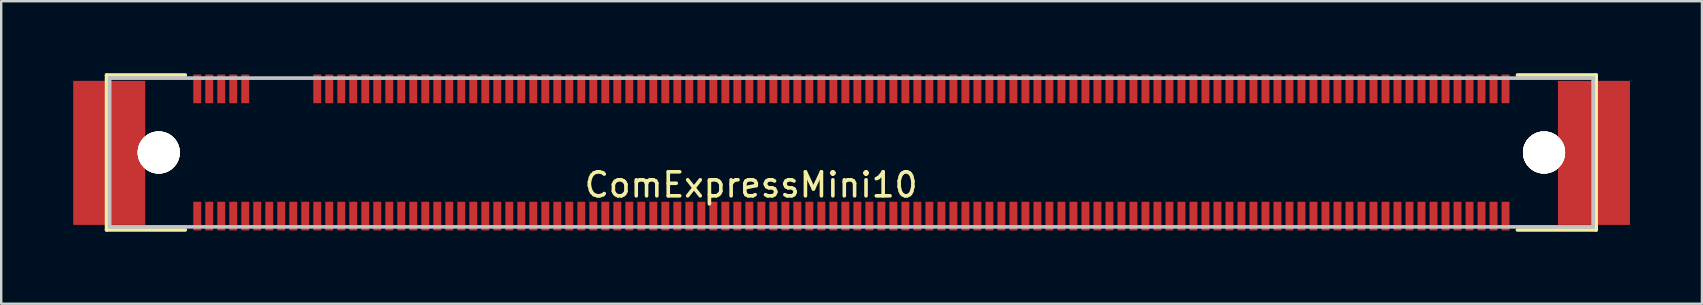
<source format=kicad_pcb>
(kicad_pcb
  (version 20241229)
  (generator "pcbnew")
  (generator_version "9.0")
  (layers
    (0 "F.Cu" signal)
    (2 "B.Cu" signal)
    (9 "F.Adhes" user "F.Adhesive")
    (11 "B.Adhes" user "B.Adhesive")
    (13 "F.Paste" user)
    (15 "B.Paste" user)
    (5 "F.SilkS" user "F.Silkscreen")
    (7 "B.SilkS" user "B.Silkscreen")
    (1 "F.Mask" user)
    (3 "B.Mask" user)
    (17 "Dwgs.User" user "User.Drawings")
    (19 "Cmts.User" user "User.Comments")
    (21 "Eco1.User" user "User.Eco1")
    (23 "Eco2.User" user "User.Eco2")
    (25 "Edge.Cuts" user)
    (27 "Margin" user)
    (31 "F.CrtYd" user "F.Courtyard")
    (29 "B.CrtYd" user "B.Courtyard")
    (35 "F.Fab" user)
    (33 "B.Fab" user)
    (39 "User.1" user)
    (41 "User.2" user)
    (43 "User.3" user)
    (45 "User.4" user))
  (footprint "ComExpressMini10"
    (layer "F.Cu")
    (at 31.99 3.312)
    (property "Reference" "ComExpressMini10" (at -3.75 1.34 0) (layer "F.SilkS") (effects (font (size 1 1) (thickness 0.15))))
    (attr through_hole)
    (fp_line (start -30.6 -3.236) (end -27.321 -3.236) (stroke (width 0.152) (type solid)) (layer "F.SilkS"))
    (fp_line (start -30.6 3.216) (end -30.6 -3.236) (stroke (width 0.152) (type solid)) (layer "F.SilkS"))
    (fp_line (start -27.322 3.216) (end -30.6 3.216) (stroke (width 0.152) (type solid)) (layer "F.SilkS"))
    (fp_line (start 28.174 -3.236) (end 31.452 -3.236) (stroke (width 0.152) (type solid)) (layer "F.SilkS"))
    (fp_line (start 31.452 -3.236) (end 31.452 3.216) (stroke (width 0.152) (type solid)) (layer "F.SilkS"))
    (fp_line (start 31.452 3.216) (end 28.174 3.216) (stroke (width 0.152) (type solid)) (layer "F.SilkS"))
    (fp_line (start -30.473 -3.109) (end 31.325 -3.109) (stroke (width 0.152) (type solid)) (layer "Dwgs.User"))
    (fp_line (start -30.473 3.089) (end -30.473 -3.109) (stroke (width 0.152) (type solid)) (layer "Dwgs.User"))
    (fp_line (start 31.325 -3.109) (end 31.325 3.089) (stroke (width 0.152) (type solid)) (layer "Dwgs.User"))
    (fp_line (start 31.325 3.089) (end -30.473 3.089) (stroke (width 0.152) (type solid)) (layer "Dwgs.User"))
    (fp_text user "Copyright 2016 Accelerated Designs. All rights reserved." (at 27.676 -2.66 0) (layer "Cmts.User") (effects (font (size 0.127 0.127) (thickness 0.002))))
    (pad "1" smd rect (at -26.824 2.64) (size 0.33 1.194) (layers "F.Cu" "F.Mask" "F.Paste"))
    (pad "2" smd rect (at -26.324 2.64) (size 0.33 1.194) (layers "F.Cu" "F.Mask" "F.Paste"))
    (pad "3" smd rect (at -25.824 2.64) (size 0.33 1.194) (layers "F.Cu" "F.Mask" "F.Paste"))
    (pad "4" smd rect (at -25.324 2.64) (size 0.33 1.194) (layers "F.Cu" "F.Mask" "F.Paste"))
    (pad "5" smd rect (at -24.824 2.64) (size 0.33 1.194) (layers "F.Cu" "F.Mask" "F.Paste"))
    (pad "6" smd rect (at -24.324 2.64) (size 0.33 1.194) (layers "F.Cu" "F.Mask" "F.Paste"))
    (pad "7" smd rect (at -23.824 2.64) (size 0.33 1.194) (layers "F.Cu" "F.Mask" "F.Paste"))
    (pad "8" smd rect (at -23.324 2.64) (size 0.33 1.194) (layers "F.Cu" "F.Mask" "F.Paste"))
    (pad "9" smd rect (at -22.824 2.64) (size 0.33 1.194) (layers "F.Cu" "F.Mask" "F.Paste"))
    (pad "10" smd rect (at -22.324 2.64) (size 0.33 1.194) (layers "F.Cu" "F.Mask" "F.Paste"))
    (pad "11" smd rect (at -21.824 2.64) (size 0.33 1.194) (layers "F.Cu" "F.Mask" "F.Paste"))
    (pad "12" smd rect (at -21.324 2.64) (size 0.33 1.194) (layers "F.Cu" "F.Mask" "F.Paste"))
    (pad "13" smd rect (at -20.824 2.64) (size 0.33 1.194) (layers "F.Cu" "F.Mask" "F.Paste"))
    (pad "14" smd rect (at -20.324 2.64) (size 0.33 1.194) (layers "F.Cu" "F.Mask" "F.Paste"))
    (pad "15" smd rect (at -19.824 2.64) (size 0.33 1.194) (layers "F.Cu" "F.Mask" "F.Paste"))
    (pad "16" smd rect (at -19.324 2.64) (size 0.33 1.194) (layers "F.Cu" "F.Mask" "F.Paste"))
    (pad "17" smd rect (at -18.824 2.64) (size 0.33 1.194) (layers "F.Cu" "F.Mask" "F.Paste"))
    (pad "18" smd rect (at -18.324 2.64) (size 0.33 1.194) (layers "F.Cu" "F.Mask" "F.Paste"))
    (pad "19" smd rect (at -17.824 2.64) (size 0.33 1.194) (layers "F.Cu" "F.Mask" "F.Paste"))
    (pad "20" smd rect (at -17.324 2.64) (size 0.33 1.194) (layers "F.Cu" "F.Mask" "F.Paste"))
    (pad "21" smd rect (at -16.824 2.64) (size 0.33 1.194) (layers "F.Cu" "F.Mask" "F.Paste"))
    (pad "22" smd rect (at -16.324 2.64) (size 0.33 1.194) (layers "F.Cu" "F.Mask" "F.Paste"))
    (pad "23" smd rect (at -15.824 2.64) (size 0.33 1.194) (layers "F.Cu" "F.Mask" "F.Paste"))
    (pad "24" smd rect (at -15.324 2.64) (size 0.33 1.194) (layers "F.Cu" "F.Mask" "F.Paste"))
    (pad "25" smd rect (at -14.824 2.64) (size 0.33 1.194) (layers "F.Cu" "F.Mask" "F.Paste"))
    (pad "26" smd rect (at -14.324 2.64) (size 0.33 1.194) (layers "F.Cu" "F.Mask" "F.Paste"))
    (pad "27" smd rect (at -13.824 2.64) (size 0.33 1.194) (layers "F.Cu" "F.Mask" "F.Paste"))
    (pad "28" smd rect (at -13.324 2.64) (size 0.33 1.194) (layers "F.Cu" "F.Mask" "F.Paste"))
    (pad "29" smd rect (at -12.824 2.64) (size 0.33 1.194) (layers "F.Cu" "F.Mask" "F.Paste"))
    (pad "30" smd rect (at -12.324 2.64) (size 0.33 1.194) (layers "F.Cu" "F.Mask" "F.Paste"))
    (pad "31" smd rect (at -11.824 2.64) (size 0.33 1.194) (layers "F.Cu" "F.Mask" "F.Paste"))
    (pad "32" smd rect (at -11.324 2.64) (size 0.33 1.194) (layers "F.Cu" "F.Mask" "F.Paste"))
    (pad "33" smd rect (at -10.824 2.64) (size 0.33 1.194) (layers "F.Cu" "F.Mask" "F.Paste"))
    (pad "34" smd rect (at -10.324 2.64) (size 0.33 1.194) (layers "F.Cu" "F.Mask" "F.Paste"))
    (pad "35" smd rect (at -9.824 2.64) (size 0.33 1.194) (layers "F.Cu" "F.Mask" "F.Paste"))
    (pad "36" smd rect (at -9.324 2.64) (size 0.33 1.194) (layers "F.Cu" "F.Mask" "F.Paste"))
    (pad "37" smd rect (at -8.824 2.64) (size 0.33 1.194) (layers "F.Cu" "F.Mask" "F.Paste"))
    (pad "38" smd rect (at -8.324 2.64) (size 0.33 1.194) (layers "F.Cu" "F.Mask" "F.Paste"))
    (pad "39" smd rect (at -7.824 2.64) (size 0.33 1.194) (layers "F.Cu" "F.Mask" "F.Paste"))
    (pad "40" smd rect (at -7.324 2.64) (size 0.33 1.194) (layers "F.Cu" "F.Mask" "F.Paste"))
    (pad "41" smd rect (at -6.824 2.64) (size 0.33 1.194) (layers "F.Cu" "F.Mask" "F.Paste"))
    (pad "42" smd rect (at -6.324 2.64) (size 0.33 1.194) (layers "F.Cu" "F.Mask" "F.Paste"))
    (pad "43" smd rect (at -5.824 2.64) (size 0.33 1.194) (layers "F.Cu" "F.Mask" "F.Paste"))
    (pad "44" smd rect (at -5.324 2.64) (size 0.33 1.194) (layers "F.Cu" "F.Mask" "F.Paste"))
    (pad "45" smd rect (at -4.824 2.64) (size 0.33 1.194) (layers "F.Cu" "F.Mask" "F.Paste"))
    (pad "46" smd rect (at -4.324 2.64) (size 0.33 1.194) (layers "F.Cu" "F.Mask" "F.Paste"))
    (pad "47" smd rect (at -3.824 2.64) (size 0.33 1.194) (layers "F.Cu" "F.Mask" "F.Paste"))
    (pad "48" smd rect (at -3.324 2.64) (size 0.33 1.194) (layers "F.Cu" "F.Mask" "F.Paste"))
    (pad "49" smd rect (at -2.824 2.64) (size 0.33 1.194) (layers "F.Cu" "F.Mask" "F.Paste"))
    (pad "50" smd rect (at -2.324 2.64) (size 0.33 1.194) (layers "F.Cu" "F.Mask" "F.Paste"))
    (pad "51" smd rect (at -1.824 2.64) (size 0.33 1.194) (layers "F.Cu" "F.Mask" "F.Paste"))
    (pad "52" smd rect (at -1.324 2.64) (size 0.33 1.194) (layers "F.Cu" "F.Mask" "F.Paste"))
    (pad "53" smd rect (at -0.824 2.64) (size 0.33 1.194) (layers "F.Cu" "F.Mask" "F.Paste"))
    (pad "54" smd rect (at -0.324 2.64) (size 0.33 1.194) (layers "F.Cu" "F.Mask" "F.Paste"))
    (pad "55" smd rect (at 0.176 2.64) (size 0.33 1.194) (layers "F.Cu" "F.Mask" "F.Paste"))
    (pad "56" smd rect (at 0.676 2.64) (size 0.33 1.194) (layers "F.Cu" "F.Mask" "F.Paste"))
    (pad "57" smd rect (at 1.176 2.64) (size 0.33 1.194) (layers "F.Cu" "F.Mask" "F.Paste"))
    (pad "58" smd rect (at 1.676 2.64) (size 0.33 1.194) (layers "F.Cu" "F.Mask" "F.Paste"))
    (pad "59" smd rect (at 2.176 2.64) (size 0.33 1.194) (layers "F.Cu" "F.Mask" "F.Paste"))
    (pad "60" smd rect (at 2.676 2.64) (size 0.33 1.194) (layers "F.Cu" "F.Mask" "F.Paste"))
    (pad "61" smd rect (at 3.176 2.64) (size 0.33 1.194) (layers "F.Cu" "F.Mask" "F.Paste"))
    (pad "62" smd rect (at 3.676 2.64) (size 0.33 1.194) (layers "F.Cu" "F.Mask" "F.Paste"))
    (pad "63" smd rect (at 4.176 2.64) (size 0.33 1.194) (layers "F.Cu" "F.Mask" "F.Paste"))
    (pad "64" smd rect (at 4.676 2.64) (size 0.33 1.194) (layers "F.Cu" "F.Mask" "F.Paste"))
    (pad "65" smd rect (at 5.176 2.64) (size 0.33 1.194) (layers "F.Cu" "F.Mask" "F.Paste"))
    (pad "66" smd rect (at 5.676 2.64) (size 0.33 1.194) (layers "F.Cu" "F.Mask" "F.Paste"))
    (pad "67" smd rect (at 6.176 2.64) (size 0.33 1.194) (layers "F.Cu" "F.Mask" "F.Paste"))
    (pad "68" smd rect (at 6.676 2.64) (size 0.33 1.194) (layers "F.Cu" "F.Mask" "F.Paste"))
    (pad "69" smd rect (at 7.176 2.64) (size 0.33 1.194) (layers "F.Cu" "F.Mask" "F.Paste"))
    (pad "70" smd rect (at 7.676 2.64) (size 0.33 1.194) (layers "F.Cu" "F.Mask" "F.Paste"))
    (pad "71" smd rect (at 8.176 2.64) (size 0.33 1.194) (layers "F.Cu" "F.Mask" "F.Paste"))
    (pad "72" smd rect (at 8.676 2.64) (size 0.33 1.194) (layers "F.Cu" "F.Mask" "F.Paste"))
    (pad "73" smd rect (at 9.176 2.64) (size 0.33 1.194) (layers "F.Cu" "F.Mask" "F.Paste"))
    (pad "74" smd rect (at 9.676 2.64) (size 0.33 1.194) (layers "F.Cu" "F.Mask" "F.Paste"))
    (pad "75" smd rect (at 10.176 2.64) (size 0.33 1.194) (layers "F.Cu" "F.Mask" "F.Paste"))
    (pad "76" smd rect (at 10.676 2.64) (size 0.33 1.194) (layers "F.Cu" "F.Mask" "F.Paste"))
    (pad "77" smd rect (at 11.176 2.64) (size 0.33 1.194) (layers "F.Cu" "F.Mask" "F.Paste"))
    (pad "78" smd rect (at 11.676 2.64) (size 0.33 1.194) (layers "F.Cu" "F.Mask" "F.Paste"))
    (pad "79" smd rect (at 12.176 2.64) (size 0.33 1.194) (layers "F.Cu" "F.Mask" "F.Paste"))
    (pad "80" smd rect (at 12.676 2.64) (size 0.33 1.194) (layers "F.Cu" "F.Mask" "F.Paste"))
    (pad "81" smd rect (at 13.176 2.64) (size 0.33 1.194) (layers "F.Cu" "F.Mask" "F.Paste"))
    (pad "82" smd rect (at 13.676 2.64) (size 0.33 1.194) (layers "F.Cu" "F.Mask" "F.Paste"))
    (pad "83" smd rect (at 14.176 2.64) (size 0.33 1.194) (layers "F.Cu" "F.Mask" "F.Paste"))
    (pad "84" smd rect (at 14.676 2.64) (size 0.33 1.194) (layers "F.Cu" "F.Mask" "F.Paste"))
    (pad "85" smd rect (at 15.176 2.64) (size 0.33 1.194) (layers "F.Cu" "F.Mask" "F.Paste"))
    (pad "86" smd rect (at 15.676 2.64) (size 0.33 1.194) (layers "F.Cu" "F.Mask" "F.Paste"))
    (pad "87" smd rect (at 16.176 2.64) (size 0.33 1.194) (layers "F.Cu" "F.Mask" "F.Paste"))
    (pad "88" smd rect (at 16.676 2.64) (size 0.33 1.194) (layers "F.Cu" "F.Mask" "F.Paste"))
    (pad "89" smd rect (at 17.176 2.64) (size 0.33 1.194) (layers "F.Cu" "F.Mask" "F.Paste"))
    (pad "90" smd rect (at 17.676 2.64) (size 0.33 1.194) (layers "F.Cu" "F.Mask" "F.Paste"))
    (pad "91" smd rect (at 18.176 2.64) (size 0.33 1.194) (layers "F.Cu" "F.Mask" "F.Paste"))
    (pad "92" smd rect (at 18.676 2.64) (size 0.33 1.194) (layers "F.Cu" "F.Mask" "F.Paste"))
    (pad "93" smd rect (at 19.176 2.64) (size 0.33 1.194) (layers "F.Cu" "F.Mask" "F.Paste"))
    (pad "94" smd rect (at 19.676 2.64) (size 0.33 1.194) (layers "F.Cu" "F.Mask" "F.Paste"))
    (pad "95" smd rect (at 20.176 2.64) (size 0.33 1.194) (layers "F.Cu" "F.Mask" "F.Paste"))
    (pad "96" smd rect (at 20.676 2.64) (size 0.33 1.194) (layers "F.Cu" "F.Mask" "F.Paste"))
    (pad "97" smd rect (at 21.176 2.64) (size 0.33 1.194) (layers "F.Cu" "F.Mask" "F.Paste"))
    (pad "98" smd rect (at 21.676 2.64) (size 0.33 1.194) (layers "F.Cu" "F.Mask" "F.Paste"))
    (pad "99" smd rect (at 22.176 2.64) (size 0.33 1.194) (layers "F.Cu" "F.Mask" "F.Paste"))
    (pad "100" smd rect (at 22.676 2.64) (size 0.33 1.194) (layers "F.Cu" "F.Mask" "F.Paste"))
    (pad "101" smd rect (at 23.176 2.64) (size 0.33 1.194) (layers "F.Cu" "F.Mask" "F.Paste"))
    (pad "102" smd rect (at 23.676 2.64) (size 0.33 1.194) (layers "F.Cu" "F.Mask" "F.Paste"))
    (pad "103" smd rect (at 24.176 2.64) (size 0.33 1.194) (layers "F.Cu" "F.Mask" "F.Paste"))
    (pad "104" smd rect (at 24.676 2.64) (size 0.33 1.194) (layers "F.Cu" "F.Mask" "F.Paste"))
    (pad "105" smd rect (at 25.176 2.64) (size 0.33 1.194) (layers "F.Cu" "F.Mask" "F.Paste"))
    (pad "106" smd rect (at 25.676 2.64) (size 0.33 1.194) (layers "F.Cu" "F.Mask" "F.Paste"))
    (pad "107" smd rect (at 26.176 2.64) (size 0.33 1.194) (layers "F.Cu" "F.Mask" "F.Paste"))
    (pad "108" smd rect (at 26.676 2.64) (size 0.33 1.194) (layers "F.Cu" "F.Mask" "F.Paste"))
    (pad "109" smd rect (at 27.176 2.64) (size 0.33 1.194) (layers "F.Cu" "F.Mask" "F.Paste"))
    (pad "110" smd rect (at 27.676 2.64) (size 0.33 1.194) (layers "F.Cu" "F.Mask" "F.Paste"))
    (pad "111" smd rect (at -26.824 -2.66) (size 0.33 1.194) (layers "F.Cu" "F.Mask" "F.Paste"))
    (pad "112" smd rect (at -26.324 -2.66) (size 0.33 1.194) (layers "F.Cu" "F.Mask" "F.Paste"))
    (pad "113" smd rect (at -25.824 -2.66) (size 0.33 1.194) (layers "F.Cu" "F.Mask" "F.Paste"))
    (pad "114" smd rect (at -25.324 -2.66) (size 0.33 1.194) (layers "F.Cu" "F.Mask" "F.Paste"))
    (pad "115" smd rect (at -24.824 -2.66) (size 0.33 1.194) (layers "F.Cu" "F.Mask" "F.Paste"))
    (pad "121" smd rect (at -21.824 -2.66) (size 0.33 1.194) (layers "F.Cu" "F.Mask" "F.Paste"))
    (pad "122" smd rect (at -21.324 -2.66) (size 0.33 1.194) (layers "F.Cu" "F.Mask" "F.Paste"))
    (pad "123" smd rect (at -20.824 -2.66) (size 0.33 1.194) (layers "F.Cu" "F.Mask" "F.Paste"))
    (pad "124" smd rect (at -20.324 -2.66) (size 0.33 1.194) (layers "F.Cu" "F.Mask" "F.Paste"))
    (pad "125" smd rect (at -19.824 -2.66) (size 0.33 1.194) (layers "F.Cu" "F.Mask" "F.Paste"))
    (pad "126" smd rect (at -19.324 -2.66) (size 0.33 1.194) (layers "F.Cu" "F.Mask" "F.Paste"))
    (pad "127" smd rect (at -18.824 -2.66) (size 0.33 1.194) (layers "F.Cu" "F.Mask" "F.Paste"))
    (pad "128" smd rect (at -18.324 -2.66) (size 0.33 1.194) (layers "F.Cu" "F.Mask" "F.Paste"))
    (pad "129" smd rect (at -17.824 -2.66) (size 0.33 1.194) (layers "F.Cu" "F.Mask" "F.Paste"))
    (pad "130" smd rect (at -17.324 -2.66) (size 0.33 1.194) (layers "F.Cu" "F.Mask" "F.Paste"))
    (pad "131" smd rect (at -16.824 -2.66) (size 0.33 1.194) (layers "F.Cu" "F.Mask" "F.Paste"))
    (pad "132" smd rect (at -16.324 -2.66) (size 0.33 1.194) (layers "F.Cu" "F.Mask" "F.Paste"))
    (pad "133" smd rect (at -15.824 -2.66) (size 0.33 1.194) (layers "F.Cu" "F.Mask" "F.Paste"))
    (pad "134" smd rect (at -15.324 -2.66) (size 0.33 1.194) (layers "F.Cu" "F.Mask" "F.Paste"))
    (pad "135" smd rect (at -14.824 -2.66) (size 0.33 1.194) (layers "F.Cu" "F.Mask" "F.Paste"))
    (pad "136" smd rect (at -14.324 -2.66) (size 0.33 1.194) (layers "F.Cu" "F.Mask" "F.Paste"))
    (pad "137" smd rect (at -13.824 -2.66) (size 0.33 1.194) (layers "F.Cu" "F.Mask" "F.Paste"))
    (pad "138" smd rect (at -13.324 -2.66) (size 0.33 1.194) (layers "F.Cu" "F.Mask" "F.Paste"))
    (pad "139" smd rect (at -12.824 -2.66) (size 0.33 1.194) (layers "F.Cu" "F.Mask" "F.Paste"))
    (pad "140" smd rect (at -12.324 -2.66) (size 0.33 1.194) (layers "F.Cu" "F.Mask" "F.Paste"))
    (pad "141" smd rect (at -11.824 -2.66) (size 0.33 1.194) (layers "F.Cu" "F.Mask" "F.Paste"))
    (pad "142" smd rect (at -11.324 -2.66) (size 0.33 1.194) (layers "F.Cu" "F.Mask" "F.Paste"))
    (pad "143" smd rect (at -10.824 -2.66) (size 0.33 1.194) (layers "F.Cu" "F.Mask" "F.Paste"))
    (pad "144" smd rect (at -10.324 -2.66) (size 0.33 1.194) (layers "F.Cu" "F.Mask" "F.Paste"))
    (pad "145" smd rect (at -9.824 -2.66) (size 0.33 1.194) (layers "F.Cu" "F.Mask" "F.Paste"))
    (pad "146" smd rect (at -9.324 -2.66) (size 0.33 1.194) (layers "F.Cu" "F.Mask" "F.Paste"))
    (pad "147" smd rect (at -8.824 -2.66) (size 0.33 1.194) (layers "F.Cu" "F.Mask" "F.Paste"))
    (pad "148" smd rect (at -8.324 -2.66) (size 0.33 1.194) (layers "F.Cu" "F.Mask" "F.Paste"))
    (pad "149" smd rect (at -7.824 -2.66) (size 0.33 1.194) (layers "F.Cu" "F.Mask" "F.Paste"))
    (pad "150" smd rect (at -7.324 -2.66) (size 0.33 1.194) (layers "F.Cu" "F.Mask" "F.Paste"))
    (pad "151" smd rect (at -6.824 -2.66) (size 0.33 1.194) (layers "F.Cu" "F.Mask" "F.Paste"))
    (pad "152" smd rect (at -6.324 -2.66) (size 0.33 1.194) (layers "F.Cu" "F.Mask" "F.Paste"))
    (pad "153" smd rect (at -5.824 -2.66) (size 0.33 1.194) (layers "F.Cu" "F.Mask" "F.Paste"))
    (pad "154" smd rect (at -5.324 -2.66) (size 0.33 1.194) (layers "F.Cu" "F.Mask" "F.Paste"))
    (pad "155" smd rect (at -4.824 -2.66) (size 0.33 1.194) (layers "F.Cu" "F.Mask" "F.Paste"))
    (pad "156" smd rect (at -4.324 -2.66) (size 0.33 1.194) (layers "F.Cu" "F.Mask" "F.Paste"))
    (pad "157" smd rect (at -3.824 -2.66) (size 0.33 1.194) (layers "F.Cu" "F.Mask" "F.Paste"))
    (pad "158" smd rect (at -3.324 -2.66) (size 0.33 1.194) (layers "F.Cu" "F.Mask" "F.Paste"))
    (pad "159" smd rect (at -2.824 -2.66) (size 0.33 1.194) (layers "F.Cu" "F.Mask" "F.Paste"))
    (pad "160" smd rect (at -2.324 -2.66) (size 0.33 1.194) (layers "F.Cu" "F.Mask" "F.Paste"))
    (pad "161" smd rect (at -1.824 -2.66) (size 0.33 1.194) (layers "F.Cu" "F.Mask" "F.Paste"))
    (pad "162" smd rect (at -1.324 -2.66) (size 0.33 1.194) (layers "F.Cu" "F.Mask" "F.Paste"))
    (pad "163" smd rect (at -0.824 -2.66) (size 0.33 1.194) (layers "F.Cu" "F.Mask" "F.Paste"))
    (pad "164" smd rect (at -0.324 -2.66) (size 0.33 1.194) (layers "F.Cu" "F.Mask" "F.Paste"))
    (pad "165" smd rect (at 0.176 -2.66) (size 0.33 1.194) (layers "F.Cu" "F.Mask" "F.Paste"))
    (pad "166" smd rect (at 0.676 -2.66) (size 0.33 1.194) (layers "F.Cu" "F.Mask" "F.Paste"))
    (pad "167" smd rect (at 1.176 -2.66) (size 0.33 1.194) (layers "F.Cu" "F.Mask" "F.Paste"))
    (pad "168" smd rect (at 1.676 -2.66) (size 0.33 1.194) (layers "F.Cu" "F.Mask" "F.Paste"))
    (pad "169" smd rect (at 2.176 -2.66) (size 0.33 1.194) (layers "F.Cu" "F.Mask" "F.Paste"))
    (pad "170" smd rect (at 2.676 -2.66) (size 0.33 1.194) (layers "F.Cu" "F.Mask" "F.Paste"))
    (pad "171" smd rect (at 3.176 -2.66) (size 0.33 1.194) (layers "F.Cu" "F.Mask" "F.Paste"))
    (pad "172" smd rect (at 3.676 -2.66) (size 0.33 1.194) (layers "F.Cu" "F.Mask" "F.Paste"))
    (pad "173" smd rect (at 4.176 -2.66) (size 0.33 1.194) (layers "F.Cu" "F.Mask" "F.Paste"))
    (pad "174" smd rect (at 4.676 -2.66) (size 0.33 1.194) (layers "F.Cu" "F.Mask" "F.Paste"))
    (pad "175" smd rect (at 5.176 -2.66) (size 0.33 1.194) (layers "F.Cu" "F.Mask" "F.Paste"))
    (pad "176" smd rect (at 5.676 -2.66) (size 0.33 1.194) (layers "F.Cu" "F.Mask" "F.Paste"))
    (pad "177" smd rect (at 6.176 -2.66) (size 0.33 1.194) (layers "F.Cu" "F.Mask" "F.Paste"))
    (pad "178" smd rect (at 6.676 -2.66) (size 0.33 1.194) (layers "F.Cu" "F.Mask" "F.Paste"))
    (pad "179" smd rect (at 7.176 -2.66) (size 0.33 1.194) (layers "F.Cu" "F.Mask" "F.Paste"))
    (pad "180" smd rect (at 7.676 -2.66) (size 0.33 1.194) (layers "F.Cu" "F.Mask" "F.Paste"))
    (pad "181" smd rect (at 8.176 -2.66) (size 0.33 1.194) (layers "F.Cu" "F.Mask" "F.Paste"))
    (pad "182" smd rect (at 8.676 -2.66) (size 0.33 1.194) (layers "F.Cu" "F.Mask" "F.Paste"))
    (pad "183" smd rect (at 9.176 -2.66) (size 0.33 1.194) (layers "F.Cu" "F.Mask" "F.Paste"))
    (pad "184" smd rect (at 9.676 -2.66) (size 0.33 1.194) (layers "F.Cu" "F.Mask" "F.Paste"))
    (pad "185" smd rect (at 10.176 -2.66) (size 0.33 1.194) (layers "F.Cu" "F.Mask" "F.Paste"))
    (pad "186" smd rect (at 10.676 -2.66) (size 0.33 1.194) (layers "F.Cu" "F.Mask" "F.Paste"))
    (pad "187" smd rect (at 11.176 -2.66) (size 0.33 1.194) (layers "F.Cu" "F.Mask" "F.Paste"))
    (pad "188" smd rect (at 11.676 -2.66) (size 0.33 1.194) (layers "F.Cu" "F.Mask" "F.Paste"))
    (pad "189" smd rect (at 12.176 -2.66) (size 0.33 1.194) (layers "F.Cu" "F.Mask" "F.Paste"))
    (pad "190" smd rect (at 12.676 -2.66) (size 0.33 1.194) (layers "F.Cu" "F.Mask" "F.Paste"))
    (pad "191" smd rect (at 13.176 -2.66) (size 0.33 1.194) (layers "F.Cu" "F.Mask" "F.Paste"))
    (pad "192" smd rect (at 13.676 -2.66) (size 0.33 1.194) (layers "F.Cu" "F.Mask" "F.Paste"))
    (pad "193" smd rect (at 14.176 -2.66) (size 0.33 1.194) (layers "F.Cu" "F.Mask" "F.Paste"))
    (pad "194" smd rect (at 14.676 -2.66) (size 0.33 1.194) (layers "F.Cu" "F.Mask" "F.Paste"))
    (pad "195" smd rect (at 15.176 -2.66) (size 0.33 1.194) (layers "F.Cu" "F.Mask" "F.Paste"))
    (pad "196" smd rect (at 15.676 -2.66) (size 0.33 1.194) (layers "F.Cu" "F.Mask" "F.Paste"))
    (pad "197" smd rect (at 16.176 -2.66) (size 0.33 1.194) (layers "F.Cu" "F.Mask" "F.Paste"))
    (pad "198" smd rect (at 16.676 -2.66) (size 0.33 1.194) (layers "F.Cu" "F.Mask" "F.Paste"))
    (pad "199" smd rect (at 17.176 -2.66) (size 0.33 1.194) (layers "F.Cu" "F.Mask" "F.Paste"))
    (pad "200" smd rect (at 17.676 -2.66) (size 0.33 1.194) (layers "F.Cu" "F.Mask" "F.Paste"))
    (pad "201" smd rect (at 18.176 -2.66) (size 0.33 1.194) (layers "F.Cu" "F.Mask" "F.Paste"))
    (pad "202" smd rect (at 18.676 -2.66) (size 0.33 1.194) (layers "F.Cu" "F.Mask" "F.Paste"))
    (pad "203" smd rect (at 19.176 -2.66) (size 0.33 1.194) (layers "F.Cu" "F.Mask" "F.Paste"))
    (pad "204" smd rect (at 19.676 -2.66) (size 0.33 1.194) (layers "F.Cu" "F.Mask" "F.Paste"))
    (pad "205" smd rect (at 20.176 -2.66) (size 0.33 1.194) (layers "F.Cu" "F.Mask" "F.Paste"))
    (pad "206" smd rect (at 20.676 -2.66) (size 0.33 1.194) (layers "F.Cu" "F.Mask" "F.Paste"))
    (pad "207" smd rect (at 21.176 -2.66) (size 0.33 1.194) (layers "F.Cu" "F.Mask" "F.Paste"))
    (pad "208" smd rect (at 21.676 -2.66) (size 0.33 1.194) (layers "F.Cu" "F.Mask" "F.Paste"))
    (pad "209" smd rect (at 22.176 -2.66) (size 0.33 1.194) (layers "F.Cu" "F.Mask" "F.Paste"))
    (pad "210" smd rect (at 22.676 -2.66) (size 0.33 1.194) (layers "F.Cu" "F.Mask" "F.Paste"))
    (pad "211" smd rect (at 23.176 -2.66) (size 0.33 1.194) (layers "F.Cu" "F.Mask" "F.Paste"))
    (pad "212" smd rect (at 23.676 -2.66) (size 0.33 1.194) (layers "F.Cu" "F.Mask" "F.Paste"))
    (pad "213" smd rect (at 24.176 -2.66) (size 0.33 1.194) (layers "F.Cu" "F.Mask" "F.Paste"))
    (pad "214" smd rect (at 24.676 -2.66) (size 0.33 1.194) (layers "F.Cu" "F.Mask" "F.Paste"))
    (pad "215" smd rect (at 25.176 -2.66) (size 0.33 1.194) (layers "F.Cu" "F.Mask" "F.Paste"))
    (pad "216" smd rect (at 25.676 -2.66) (size 0.33 1.194) (layers "F.Cu" "F.Mask" "F.Paste"))
    (pad "217" smd rect (at 26.176 -2.66) (size 0.33 1.194) (layers "F.Cu" "F.Mask" "F.Paste"))
    (pad "218" smd rect (at 26.676 -2.66) (size 0.33 1.194) (layers "F.Cu" "F.Mask" "F.Paste"))
    (pad "219" smd rect (at 27.176 -2.66) (size 0.33 1.194) (layers "F.Cu" "F.Mask" "F.Paste"))
    (pad "220" smd rect (at 27.676 -2.66) (size 0.33 1.194) (layers "F.Cu" "F.Mask" "F.Paste"))
    (pad "221" thru_hole circle (at 29.28 -0.01) (size 1.753 1.753) (drill 1.753) (layers "*.Cu" "F.SilkS"))
    (pad "221" thru_hole circle (at 29.28 -0.01) (size 1.753 1.753) (drill 1.753) (layers "*.Cu" "F.SilkS"))
    (pad "222" thru_hole circle (at -28.428 -0.01) (size 1.753 1.753) (drill 1.753) (layers "*.Cu" "F.SilkS"))
    (pad "222" thru_hole circle (at -28.428 -0.01) (size 1.753 1.753) (drill 1.753) (layers "*.Cu" "F.SilkS"))
    (pad "223" smd rect (at -30.49 0.007) (size 3 6) (layers "F.Cu" "F.Mask" "F.Paste"))
    (pad "224" smd rect (at 31.359 0.007) (size 3 6) (layers "F.Cu" "F.Mask" "F.Paste")))
  (gr_rect
    (start -3 -3)
    (end 67.849 9.604)
    (stroke (width 0.1) (type default))
    (fill no)
    (layer "Edge.Cuts")))
</source>
